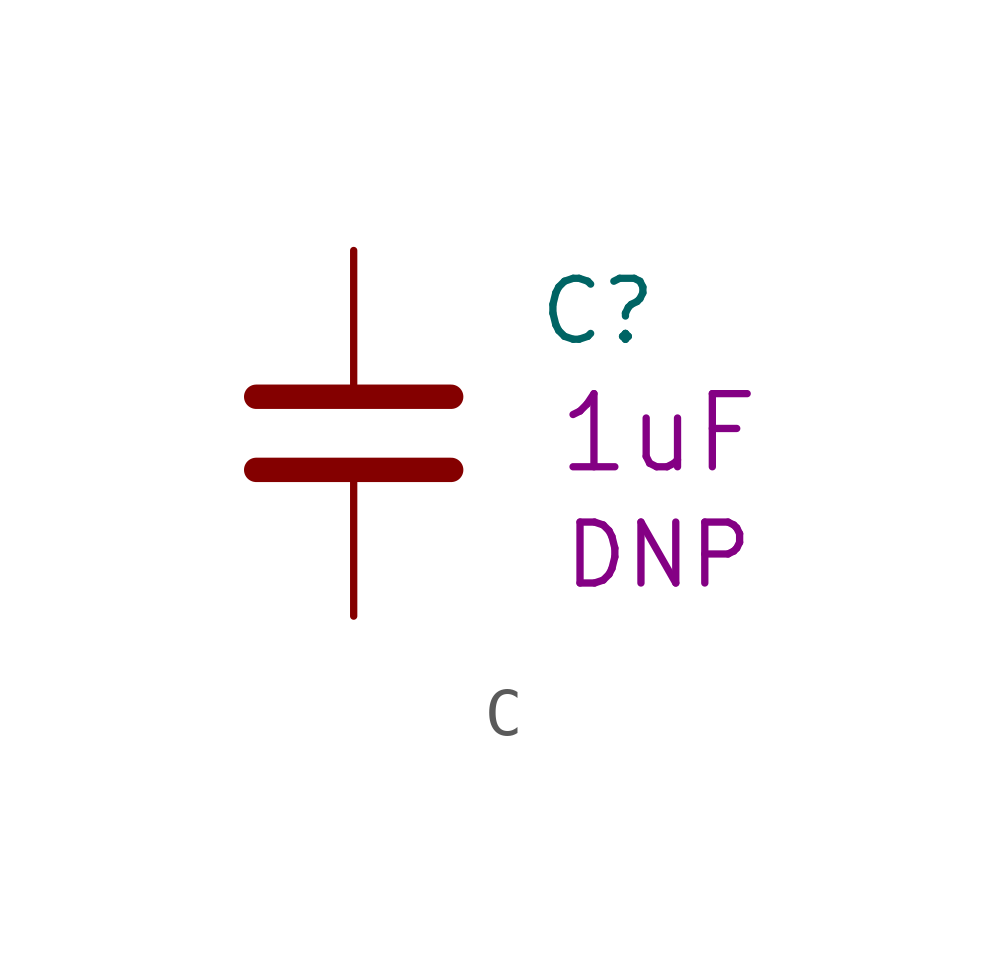
<source format=kicad_sym>
(kicad_symbol_lib
  (version 20211014)
  (generator kicad_symbol_editor)
  (symbol "C"
    (pin_numbers hide)
    (property "Reference" "C"
      (at 3.81 2.54 0)
      (effects (font (size 1.27 1.27)) (justify left)))
    (property "Datasheet" ""
      (at 3.81 2.54 0)
      (effects (font (size 1.27 1.27))))
    (property "Capacitance" "1uF"
      (at 6.35 0 0)
      (effects (font (size 1.524 1.524))))
    (property "MV PN" "DNP"
      (at 6.35 -2.54 0)
      (effects (font (size 1.27 1.27))))
    (symbol "C_0_1"
      (polyline (pts (xy -2.032 -0.762) (xy 2.032 -0.762)) (stroke (width 0.508) (type default) (color 0 0 0 0)) (fill (type none)))
      (polyline (pts (xy -2.032 0.762) (xy 2.032 0.762)) (stroke (width 0.508) (type default) (color 0 0 0 0)) (fill (type none))))
    (symbol "C_1_1"
      (pin passive line (at 0 3.81 270) (length 2.794) (name "~" (effects (font (size 1.27 1.27)))) (number "1" (effects (font (size 1.27 1.27)))))
      (pin passive line (at 0 -3.81 90) (length 2.794) (name "~" (effects (font (size 1.27 1.27)))) (number "2" (effects (font (size 1.27 1.27))))))))
</source>
